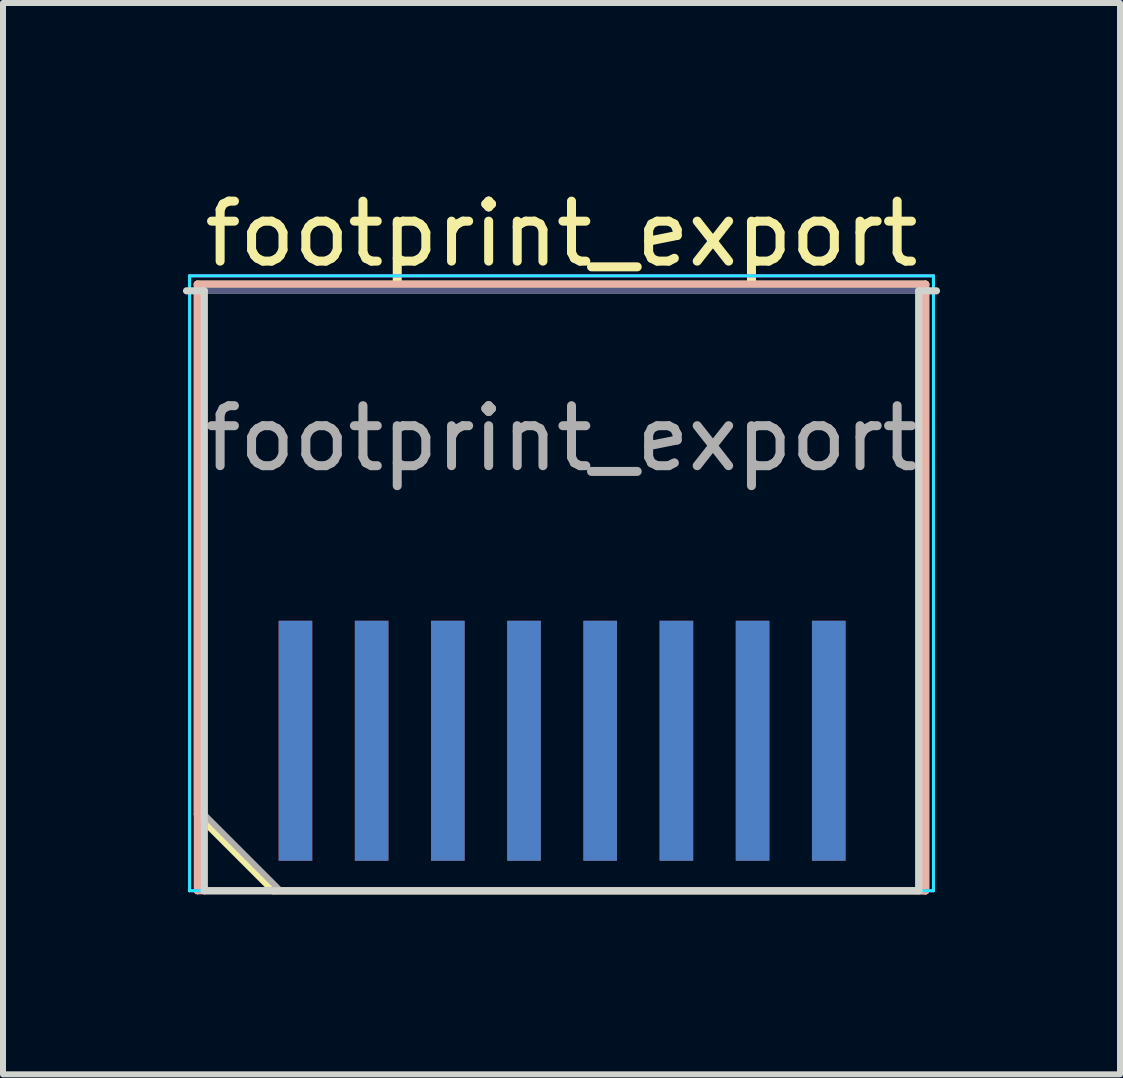
<source format=kicad_pcb>
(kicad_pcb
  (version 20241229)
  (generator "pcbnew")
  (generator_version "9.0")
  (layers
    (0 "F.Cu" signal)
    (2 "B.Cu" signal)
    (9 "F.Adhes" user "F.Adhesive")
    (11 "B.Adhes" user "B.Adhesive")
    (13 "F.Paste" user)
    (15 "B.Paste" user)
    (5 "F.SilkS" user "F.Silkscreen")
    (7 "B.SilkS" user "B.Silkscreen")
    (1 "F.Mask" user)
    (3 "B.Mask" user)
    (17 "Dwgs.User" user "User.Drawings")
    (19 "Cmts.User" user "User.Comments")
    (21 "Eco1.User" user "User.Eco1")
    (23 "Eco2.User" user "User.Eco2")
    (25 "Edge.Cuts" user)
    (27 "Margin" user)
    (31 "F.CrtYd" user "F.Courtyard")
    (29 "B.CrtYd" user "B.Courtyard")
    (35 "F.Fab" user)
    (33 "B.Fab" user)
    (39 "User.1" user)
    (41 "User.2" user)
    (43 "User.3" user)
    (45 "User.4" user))
  (footprint "footprint_export"
    (layer "F.Cu")
    (at 6.31 6.798)
    (property "Reference" "footprint_export" (at 0 -5.95 0) (layer "F.SilkS") (effects (font (size 1 1) (thickness 0.15))))
    (attr exclude_from_pos_files exclude_from_bom)
    (fp_line (start -6.07 -5.11) (end 6.07 -5.11) (stroke (width 0.12) (type solid)) (layer "F.SilkS"))
    (fp_line (start -6.07 3.73) (end -6.07 -5.11) (stroke (width 0.12) (type solid)) (layer "F.SilkS"))
    (fp_line (start -4.8 5) (end -6.07 3.73) (stroke (width 0.12) (type solid)) (layer "F.SilkS"))
    (fp_line (start -4.8 5) (end 6.07 5) (stroke (width 0.12) (type solid)) (layer "F.SilkS"))
    (fp_line (start 6.07 5) (end 6.07 -5.11) (stroke (width 0.12) (type solid)) (layer "F.SilkS"))
    (fp_line (start -6.07 -5.11) (end 6.07 -5.11) (stroke (width 0.12) (type solid)) (layer "B.SilkS"))
    (fp_line (start -6.07 5) (end -6.07 -5.11) (stroke (width 0.12) (type solid)) (layer "B.SilkS"))
    (fp_line (start -6.07 5) (end 6.07 5) (stroke (width 0.12) (type solid)) (layer "B.SilkS"))
    (fp_line (start 6.07 5) (end 6.07 -5.11) (stroke (width 0.12) (type solid)) (layer "B.SilkS"))
    (fp_line (start -6.25 -5) (end -5.955 -5) (stroke (width 0.12) (type solid)) (layer "Edge.Cuts"))
    (fp_line (start -5.955 5) (end -5.955 -5) (stroke (width 0.12) (type solid)) (layer "Edge.Cuts"))
    (fp_line (start -5.955 5) (end 5.955 5) (stroke (width 0.12) (type solid)) (layer "Edge.Cuts"))
    (fp_line (start 5.955 5) (end 5.955 -5) (stroke (width 0.12) (type solid)) (layer "Edge.Cuts"))
    (fp_line (start 6.25 -5) (end 5.955 -5) (stroke (width 0.12) (type solid)) (layer "Edge.Cuts"))
    (fp_line (start -6.2 -5.25) (end -6.2 5) (stroke (width 0.05) (type solid)) (layer "B.CrtYd"))
    (fp_line (start -6.2 5) (end 6.2 5) (stroke (width 0.05) (type solid)) (layer "B.CrtYd"))
    (fp_line (start 6.2 -5.25) (end -6.2 -5.25) (stroke (width 0.05) (type solid)) (layer "B.CrtYd"))
    (fp_line (start 6.2 5) (end 6.2 -5.25) (stroke (width 0.05) (type solid)) (layer "B.CrtYd"))
    (fp_line (start -6.2 -5.25) (end -6.2 5) (stroke (width 0.05) (type solid)) (layer "F.CrtYd"))
    (fp_line (start -6.2 5) (end 6.2 5) (stroke (width 0.05) (type solid)) (layer "F.CrtYd"))
    (fp_line (start 6.2 -5.25) (end -6.2 -5.25) (stroke (width 0.05) (type solid)) (layer "F.CrtYd"))
    (fp_line (start 6.2 5) (end 6.2 -5.25) (stroke (width 0.05) (type solid)) (layer "F.CrtYd"))
    (fp_line (start -5.955 -5) (end 5.955 -5) (stroke (width 0.1) (type solid)) (layer "B.Fab"))
    (fp_line (start -5.955 5) (end -5.955 -5) (stroke (width 0.1) (type solid)) (layer "B.Fab"))
    (fp_line (start -5.955 5) (end 5.955 5) (stroke (width 0.1) (type solid)) (layer "B.Fab"))
    (fp_line (start 5.955 5) (end 5.955 -5) (stroke (width 0.1) (type solid)) (layer "B.Fab"))
    (fp_line (start -5.955 -5) (end 5.955 -5) (stroke (width 0.1) (type solid)) (layer "F.Fab"))
    (fp_line (start -5.955 3.73) (end -5.955 -5) (stroke (width 0.1) (type solid)) (layer "F.Fab"))
    (fp_line (start -5.955 3.73) (end -4.685 5) (stroke (width 0.1) (type solid)) (layer "F.Fab"))
    (fp_line (start -4.685 5) (end 5.955 5) (stroke (width 0.1) (type solid)) (layer "F.Fab"))
    (fp_line (start 5.955 5) (end 5.955 -5) (stroke (width 0.1) (type solid)) (layer "F.Fab"))
    (fp_text user "${REFERENCE}" (at 0 -2.54 0) (layer "F.Fab") (effects (font (size 1 1) (thickness 0.15))))
    (pad "1" connect rect (at -4.435 2.5) (size 0.56 4) (layers "F.Cu" "F.Mask"))
    (pad "2" connect rect (at -4.435 2.5) (size 0.56 4) (layers "B.Cu" "B.Mask"))
    (pad "3" connect rect (at -3.165 2.5) (size 0.56 4) (layers "F.Cu" "F.Mask"))
    (pad "4" connect rect (at -3.165 2.5) (size 0.56 4) (layers "B.Cu" "B.Mask"))
    (pad "5" connect rect (at -1.895 2.5) (size 0.56 4) (layers "F.Cu" "F.Mask"))
    (pad "6" connect rect (at -1.895 2.5) (size 0.56 4) (layers "B.Cu" "B.Mask"))
    (pad "7" connect rect (at -0.625 2.5) (size 0.56 4) (layers "F.Cu" "F.Mask"))
    (pad "8" connect rect (at -0.625 2.5) (size 0.56 4) (layers "B.Cu" "B.Mask"))
    (pad "9" connect rect (at 0.645 2.5) (size 0.56 4) (layers "F.Cu" "F.Mask"))
    (pad "10" connect rect (at 0.645 2.5) (size 0.56 4) (layers "B.Cu" "B.Mask"))
    (pad "11" connect rect (at 1.915 2.5) (size 0.56 4) (layers "F.Cu" "F.Mask"))
    (pad "12" connect rect (at 1.915 2.5) (size 0.56 4) (layers "B.Cu" "B.Mask"))
    (pad "13" connect rect (at 3.185 2.5) (size 0.56 4) (layers "F.Cu" "F.Mask"))
    (pad "14" connect rect (at 3.185 2.5) (size 0.56 4) (layers "B.Cu" "B.Mask"))
    (pad "15" connect rect (at 4.455 2.5) (size 0.56 4) (layers "F.Cu" "F.Mask"))
    (pad "16" connect rect (at 4.455 2.5) (size 0.56 4) (layers "B.Cu" "B.Mask")))
  (gr_rect
    (start -3 -3)
    (end 15.62 14.858)
    (stroke (width 0.1) (type default))
    (fill no)
    (layer "Edge.Cuts")))
</source>
